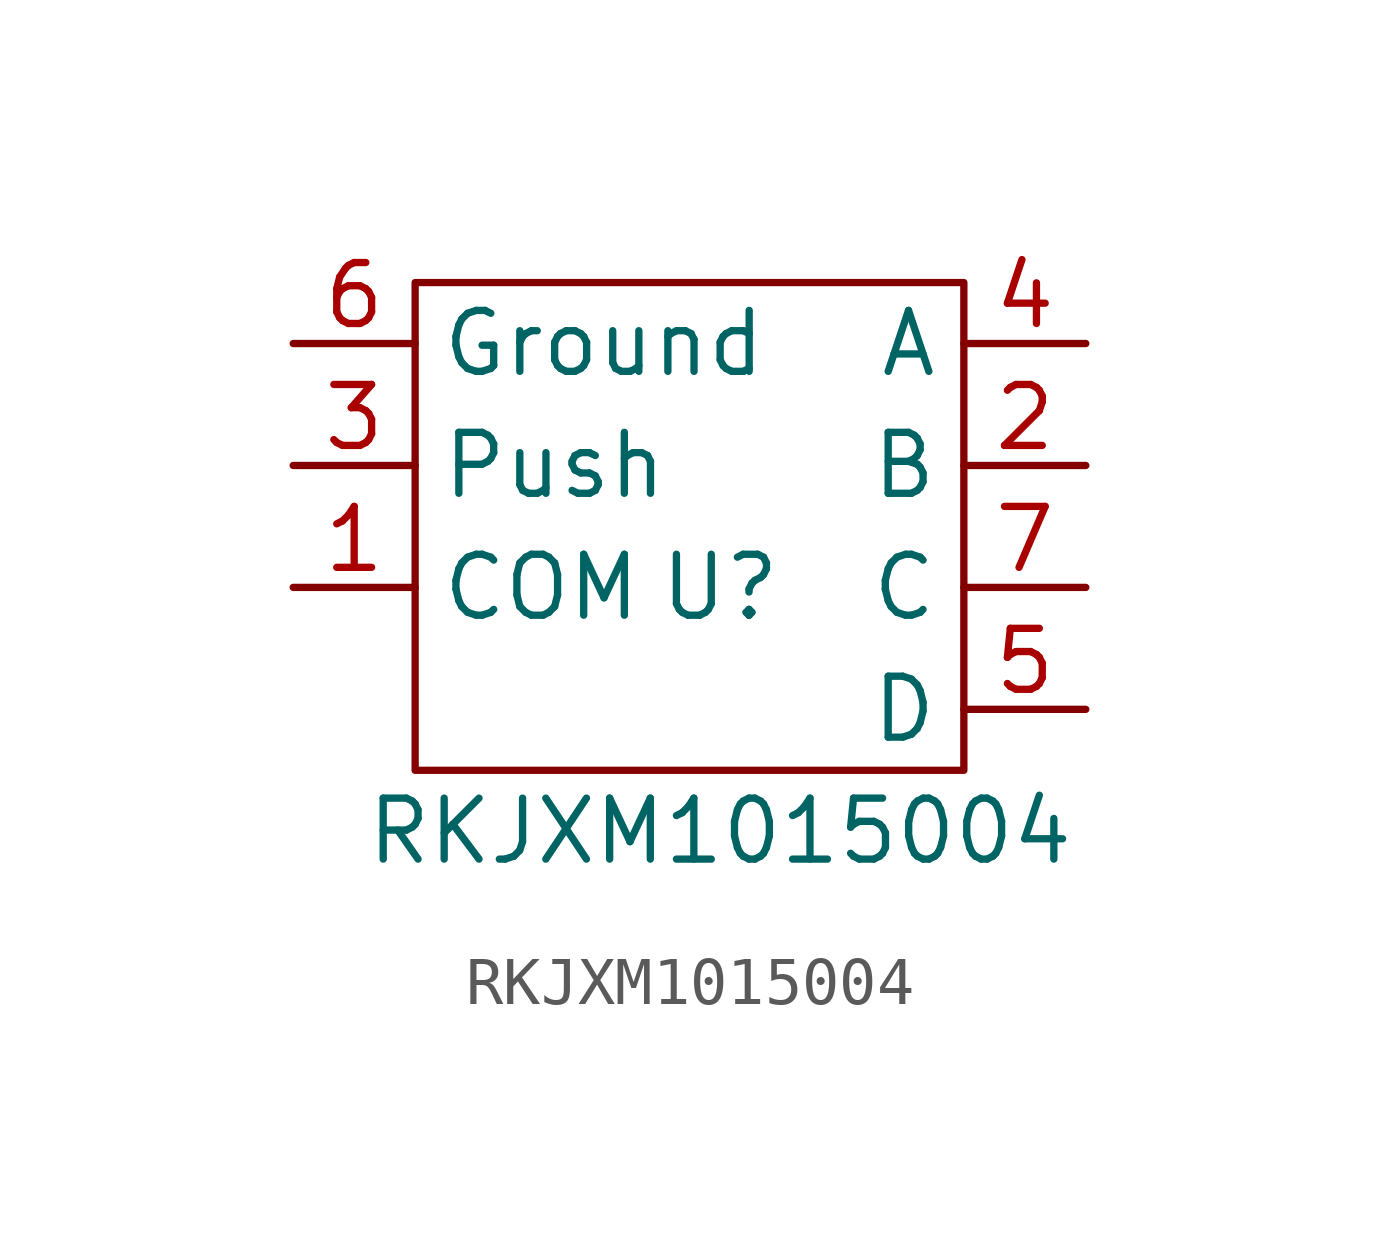
<source format=kicad_sym>
(kicad_symbol_lib
  (version 20211014)
  (generator kicad_symbol_editor)
  (symbol "RKJXM1015004"
    (property "Reference" "U"
      (at 0 0 0)
      (effects (font (size 1.27 1.27))))
    (property "Value" "RKJXM1015004"
      (at 0 -5.08 0)
      (effects (font (size 1.27 1.27))))
    (symbol "RKJXM1015004_0_1"
      (rectangle (start -6.35 6.35) (end 5.08 -3.81) (stroke (width 0) (type default) (color 0 0 0 0)) (fill (type none))))
    (symbol "RKJXM1015004_1_1"
      (pin passive line (at -8.89 0 0) (length 2.54) (name "COM" (effects (font (size 1.27 1.27)))) (number "1" (effects (font (size 1.27 1.27)))))
      (pin passive line (at 7.62 2.54 180) (length 2.54) (name "B" (effects (font (size 1.27 1.27)))) (number "2" (effects (font (size 1.27 1.27)))))
      (pin passive line (at -8.89 2.54 0) (length 2.54) (name "Push" (effects (font (size 1.27 1.27)))) (number "3" (effects (font (size 1.27 1.27)))))
      (pin passive line (at 7.62 5.08 180) (length 2.54) (name "A" (effects (font (size 1.27 1.27)))) (number "4" (effects (font (size 1.27 1.27)))))
      (pin passive line (at 7.62 -2.54 180) (length 2.54) (name "D" (effects (font (size 1.27 1.27)))) (number "5" (effects (font (size 1.27 1.27)))))
      (pin passive line (at -8.89 5.08 0) (length 2.54) (name "Ground" (effects (font (size 1.27 1.27)))) (number "6" (effects (font (size 1.27 1.27)))))
      (pin passive line (at 7.62 0 180) (length 2.54) (name "C" (effects (font (size 1.27 1.27)))) (number "7" (effects (font (size 1.27 1.27))))))))
</source>
